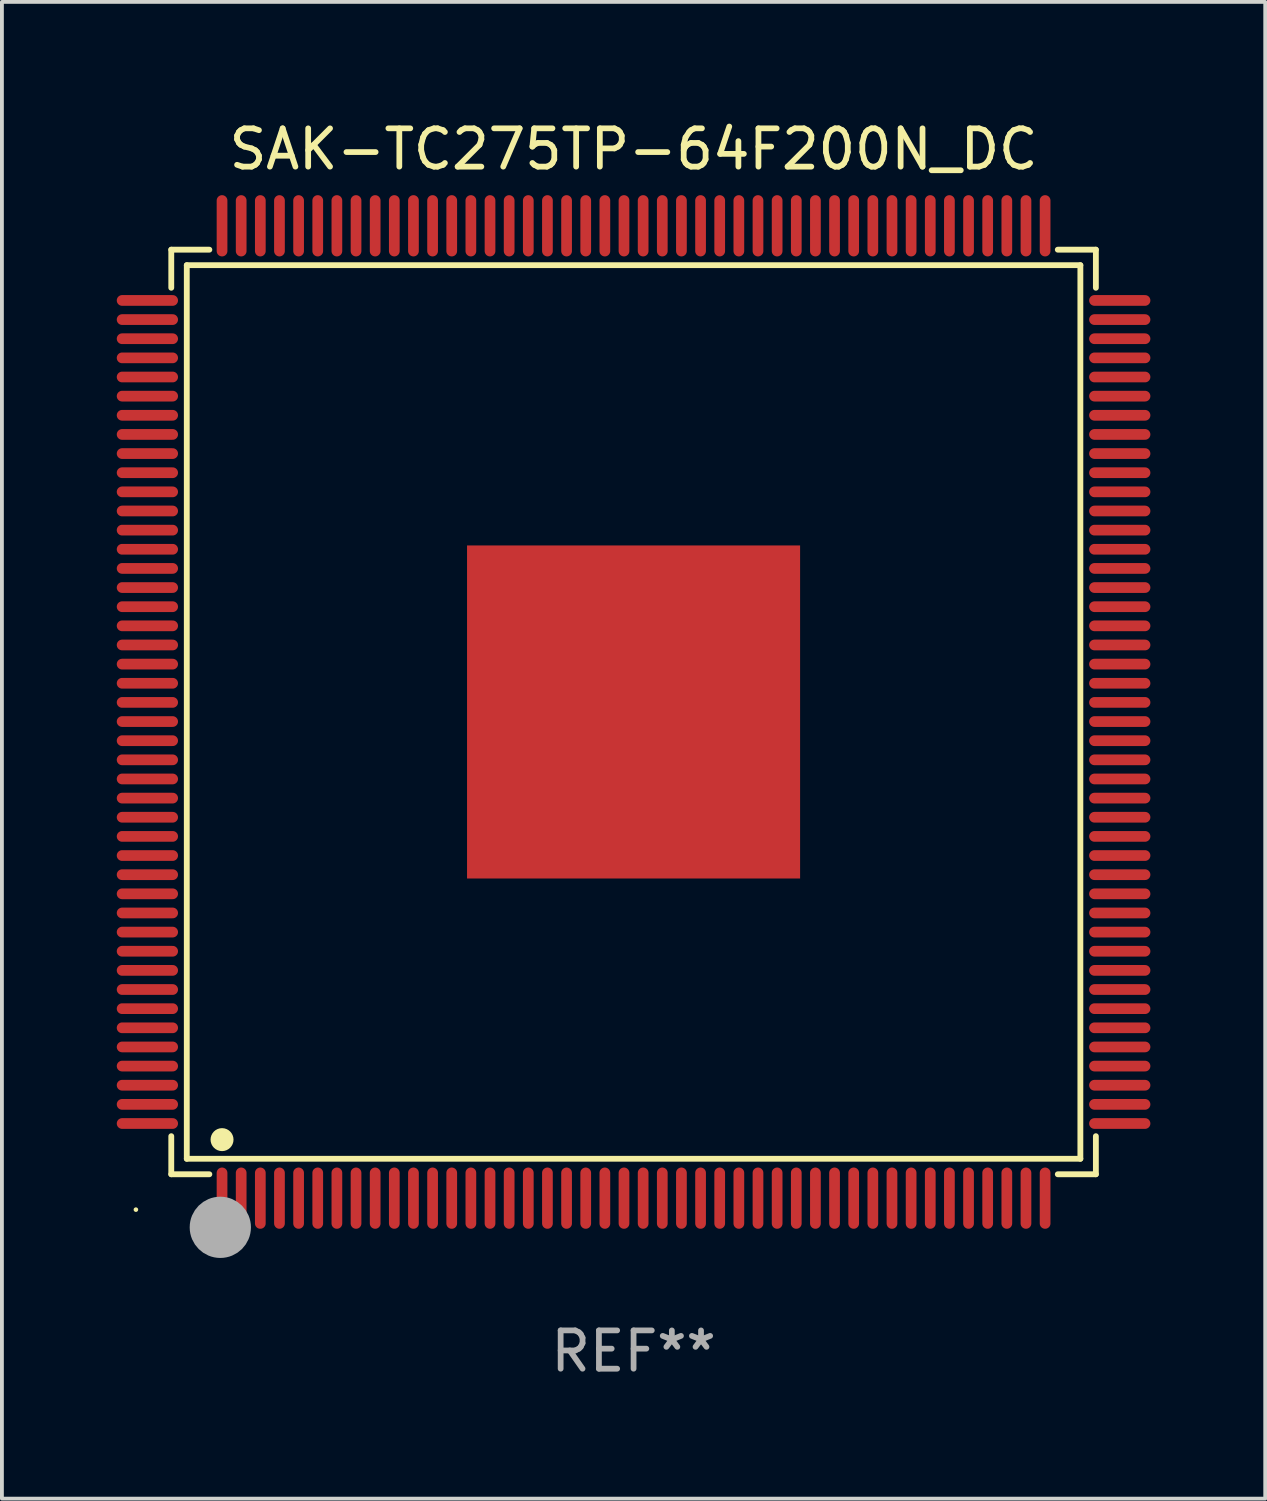
<source format=kicad_pcb>
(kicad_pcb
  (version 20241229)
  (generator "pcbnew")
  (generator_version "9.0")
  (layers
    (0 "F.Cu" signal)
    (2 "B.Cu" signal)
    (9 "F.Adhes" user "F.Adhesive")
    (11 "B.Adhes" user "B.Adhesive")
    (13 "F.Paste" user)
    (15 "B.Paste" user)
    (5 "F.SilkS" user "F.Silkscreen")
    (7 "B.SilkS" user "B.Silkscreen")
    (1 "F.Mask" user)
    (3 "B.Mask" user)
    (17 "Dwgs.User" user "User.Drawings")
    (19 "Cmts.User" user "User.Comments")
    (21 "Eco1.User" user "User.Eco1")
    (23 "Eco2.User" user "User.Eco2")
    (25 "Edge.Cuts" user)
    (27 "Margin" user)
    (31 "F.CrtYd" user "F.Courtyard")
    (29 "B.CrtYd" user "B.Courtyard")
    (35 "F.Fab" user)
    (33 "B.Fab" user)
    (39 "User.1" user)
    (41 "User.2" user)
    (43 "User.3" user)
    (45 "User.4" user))
  (footprint "SAK-TC275TP-64F200N_DC"
    (layer "F.Cu")
    (at 13.5 15.548)
    (property "Reference" "SAK-TC275TP-64F200N_DC" (at 0 -14.7 0) (layer "F.SilkS") (effects (font (size 1 1) (thickness 0.15))))
    (attr through_hole)
    (fp_line (start -12.076 -12.076) (end -11.081 -12.076) (stroke (width 0.152) (type solid)) (layer "F.SilkS"))
    (fp_line (start -12.076 -11.081) (end -12.076 -12.076) (stroke (width 0.152) (type solid)) (layer "F.SilkS"))
    (fp_line (start -12.076 11.081) (end -12.076 12.076) (stroke (width 0.152) (type solid)) (layer "F.SilkS"))
    (fp_line (start -12.076 12.076) (end -11.081 12.076) (stroke (width 0.152) (type solid)) (layer "F.SilkS"))
    (fp_line (start -11.671 -11.671) (end 11.671 -11.671) (stroke (width 0.152) (type solid)) (layer "F.SilkS"))
    (fp_line (start -11.671 11.671) (end -11.671 -11.671) (stroke (width 0.152) (type solid)) (layer "F.SilkS"))
    (fp_line (start 11.671 -11.671) (end 11.671 11.671) (stroke (width 0.152) (type solid)) (layer "F.SilkS"))
    (fp_line (start 11.671 11.671) (end -11.671 11.671) (stroke (width 0.152) (type solid)) (layer "F.SilkS"))
    (fp_line (start 12.076 -12.076) (end 11.081 -12.076) (stroke (width 0.152) (type solid)) (layer "F.SilkS"))
    (fp_line (start 12.076 -11.081) (end 12.076 -12.076) (stroke (width 0.152) (type solid)) (layer "F.SilkS"))
    (fp_line (start 12.076 11.081) (end 12.076 12.076) (stroke (width 0.152) (type solid)) (layer "F.SilkS"))
    (fp_line (start 12.076 12.076) (end 11.081 12.076) (stroke (width 0.152) (type solid)) (layer "F.SilkS"))
    (fp_circle (center -13 13) (end -12.97 13) (stroke (width 0.06) (type solid)) (fill no) (layer "F.SilkS"))
    (fp_circle (center -10.75 11.171) (end -10.6 11.171) (stroke (width 0.3) (type solid)) (fill no) (layer "F.SilkS"))
    (fp_circle (center -10.75 13.8) (end -10.65 13.8) (stroke (width 0.2) (type solid)) (fill no) (layer "F.SilkS"))
    (fp_circle (center -10.795 13.462) (end -10.395 13.462) (stroke (width 0.8) (type solid)) (fill no) (layer "F.Fab"))
    (fp_text user "REF**" (at 0 16.7 0) (layer "F.Fab") (effects (font (size 1 1) (thickness 0.15))))
    (pad "1" smd oval (at -10.75 12.7) (size 0.28 1.6) (layers "F.Cu" "F.Mask" "F.Paste"))
    (pad "2" smd oval (at -10.25 12.7) (size 0.28 1.6) (layers "F.Cu" "F.Mask" "F.Paste"))
    (pad "3" smd oval (at -9.75 12.7) (size 0.28 1.6) (layers "F.Cu" "F.Mask" "F.Paste"))
    (pad "4" smd oval (at -9.25 12.7) (size 0.28 1.6) (layers "F.Cu" "F.Mask" "F.Paste"))
    (pad "5" smd oval (at -8.75 12.7) (size 0.28 1.6) (layers "F.Cu" "F.Mask" "F.Paste"))
    (pad "6" smd oval (at -8.25 12.7) (size 0.28 1.6) (layers "F.Cu" "F.Mask" "F.Paste"))
    (pad "7" smd oval (at -7.75 12.7) (size 0.28 1.6) (layers "F.Cu" "F.Mask" "F.Paste"))
    (pad "8" smd oval (at -7.25 12.7) (size 0.28 1.6) (layers "F.Cu" "F.Mask" "F.Paste"))
    (pad "9" smd oval (at -6.75 12.7) (size 0.28 1.6) (layers "F.Cu" "F.Mask" "F.Paste"))
    (pad "10" smd oval (at -6.25 12.7) (size 0.28 1.6) (layers "F.Cu" "F.Mask" "F.Paste"))
    (pad "11" smd oval (at -5.75 12.7) (size 0.28 1.6) (layers "F.Cu" "F.Mask" "F.Paste"))
    (pad "12" smd oval (at -5.25 12.7) (size 0.28 1.6) (layers "F.Cu" "F.Mask" "F.Paste"))
    (pad "13" smd oval (at -4.75 12.7) (size 0.28 1.6) (layers "F.Cu" "F.Mask" "F.Paste"))
    (pad "14" smd oval (at -4.25 12.7) (size 0.28 1.6) (layers "F.Cu" "F.Mask" "F.Paste"))
    (pad "15" smd oval (at -3.75 12.7) (size 0.28 1.6) (layers "F.Cu" "F.Mask" "F.Paste"))
    (pad "16" smd oval (at -3.25 12.7) (size 0.28 1.6) (layers "F.Cu" "F.Mask" "F.Paste"))
    (pad "17" smd oval (at -2.75 12.7) (size 0.28 1.6) (layers "F.Cu" "F.Mask" "F.Paste"))
    (pad "18" smd oval (at -2.25 12.7) (size 0.28 1.6) (layers "F.Cu" "F.Mask" "F.Paste"))
    (pad "19" smd oval (at -1.75 12.7) (size 0.28 1.6) (layers "F.Cu" "F.Mask" "F.Paste"))
    (pad "20" smd oval (at -1.25 12.7) (size 0.28 1.6) (layers "F.Cu" "F.Mask" "F.Paste"))
    (pad "21" smd oval (at -0.75 12.7) (size 0.28 1.6) (layers "F.Cu" "F.Mask" "F.Paste"))
    (pad "22" smd oval (at -0.25 12.7) (size 0.28 1.6) (layers "F.Cu" "F.Mask" "F.Paste"))
    (pad "23" smd oval (at 0.25 12.7) (size 0.28 1.6) (layers "F.Cu" "F.Mask" "F.Paste"))
    (pad "24" smd oval (at 0.75 12.7) (size 0.28 1.6) (layers "F.Cu" "F.Mask" "F.Paste"))
    (pad "25" smd oval (at 1.25 12.7) (size 0.28 1.6) (layers "F.Cu" "F.Mask" "F.Paste"))
    (pad "26" smd oval (at 1.75 12.7) (size 0.28 1.6) (layers "F.Cu" "F.Mask" "F.Paste"))
    (pad "27" smd oval (at 2.25 12.7) (size 0.28 1.6) (layers "F.Cu" "F.Mask" "F.Paste"))
    (pad "28" smd oval (at 2.75 12.7) (size 0.28 1.6) (layers "F.Cu" "F.Mask" "F.Paste"))
    (pad "29" smd oval (at 3.25 12.7) (size 0.28 1.6) (layers "F.Cu" "F.Mask" "F.Paste"))
    (pad "30" smd oval (at 3.75 12.7) (size 0.28 1.6) (layers "F.Cu" "F.Mask" "F.Paste"))
    (pad "31" smd oval (at 4.25 12.7) (size 0.28 1.6) (layers "F.Cu" "F.Mask" "F.Paste"))
    (pad "32" smd oval (at 4.75 12.7) (size 0.28 1.6) (layers "F.Cu" "F.Mask" "F.Paste"))
    (pad "33" smd oval (at 5.25 12.7) (size 0.28 1.6) (layers "F.Cu" "F.Mask" "F.Paste"))
    (pad "34" smd oval (at 5.75 12.7) (size 0.28 1.6) (layers "F.Cu" "F.Mask" "F.Paste"))
    (pad "35" smd oval (at 6.25 12.7) (size 0.28 1.6) (layers "F.Cu" "F.Mask" "F.Paste"))
    (pad "36" smd oval (at 6.75 12.7) (size 0.28 1.6) (layers "F.Cu" "F.Mask" "F.Paste"))
    (pad "37" smd oval (at 7.25 12.7) (size 0.28 1.6) (layers "F.Cu" "F.Mask" "F.Paste"))
    (pad "38" smd oval (at 7.75 12.7) (size 0.28 1.6) (layers "F.Cu" "F.Mask" "F.Paste"))
    (pad "39" smd oval (at 8.25 12.7) (size 0.28 1.6) (layers "F.Cu" "F.Mask" "F.Paste"))
    (pad "40" smd oval (at 8.75 12.7) (size 0.28 1.6) (layers "F.Cu" "F.Mask" "F.Paste"))
    (pad "41" smd oval (at 9.25 12.7) (size 0.28 1.6) (layers "F.Cu" "F.Mask" "F.Paste"))
    (pad "42" smd oval (at 9.75 12.7) (size 0.28 1.6) (layers "F.Cu" "F.Mask" "F.Paste"))
    (pad "43" smd oval (at 10.25 12.7) (size 0.28 1.6) (layers "F.Cu" "F.Mask" "F.Paste"))
    (pad "44" smd oval (at 10.75 12.7) (size 0.28 1.6) (layers "F.Cu" "F.Mask" "F.Paste"))
    (pad "45" smd oval (at 12.7 10.75) (size 1.6 0.28) (layers "F.Cu" "F.Mask" "F.Paste"))
    (pad "46" smd oval (at 12.7 10.25) (size 1.6 0.28) (layers "F.Cu" "F.Mask" "F.Paste"))
    (pad "47" smd oval (at 12.7 9.75) (size 1.6 0.28) (layers "F.Cu" "F.Mask" "F.Paste"))
    (pad "48" smd oval (at 12.7 9.25) (size 1.6 0.28) (layers "F.Cu" "F.Mask" "F.Paste"))
    (pad "49" smd oval (at 12.7 8.75) (size 1.6 0.28) (layers "F.Cu" "F.Mask" "F.Paste"))
    (pad "50" smd oval (at 12.7 8.25) (size 1.6 0.28) (layers "F.Cu" "F.Mask" "F.Paste"))
    (pad "51" smd oval (at 12.7 7.75) (size 1.6 0.28) (layers "F.Cu" "F.Mask" "F.Paste"))
    (pad "52" smd oval (at 12.7 7.25) (size 1.6 0.28) (layers "F.Cu" "F.Mask" "F.Paste"))
    (pad "53" smd oval (at 12.7 6.75) (size 1.6 0.28) (layers "F.Cu" "F.Mask" "F.Paste"))
    (pad "54" smd oval (at 12.7 6.25) (size 1.6 0.28) (layers "F.Cu" "F.Mask" "F.Paste"))
    (pad "55" smd oval (at 12.7 5.75) (size 1.6 0.28) (layers "F.Cu" "F.Mask" "F.Paste"))
    (pad "56" smd oval (at 12.7 5.25) (size 1.6 0.28) (layers "F.Cu" "F.Mask" "F.Paste"))
    (pad "57" smd oval (at 12.7 4.75) (size 1.6 0.28) (layers "F.Cu" "F.Mask" "F.Paste"))
    (pad "58" smd oval (at 12.7 4.25) (size 1.6 0.28) (layers "F.Cu" "F.Mask" "F.Paste"))
    (pad "59" smd oval (at 12.7 3.75) (size 1.6 0.28) (layers "F.Cu" "F.Mask" "F.Paste"))
    (pad "60" smd oval (at 12.7 3.25) (size 1.6 0.28) (layers "F.Cu" "F.Mask" "F.Paste"))
    (pad "61" smd oval (at 12.7 2.75) (size 1.6 0.28) (layers "F.Cu" "F.Mask" "F.Paste"))
    (pad "62" smd oval (at 12.7 2.25) (size 1.6 0.28) (layers "F.Cu" "F.Mask" "F.Paste"))
    (pad "63" smd oval (at 12.7 1.75) (size 1.6 0.28) (layers "F.Cu" "F.Mask" "F.Paste"))
    (pad "64" smd oval (at 12.7 1.25) (size 1.6 0.28) (layers "F.Cu" "F.Mask" "F.Paste"))
    (pad "65" smd oval (at 12.7 0.75) (size 1.6 0.28) (layers "F.Cu" "F.Mask" "F.Paste"))
    (pad "66" smd oval (at 12.7 0.25) (size 1.6 0.28) (layers "F.Cu" "F.Mask" "F.Paste"))
    (pad "67" smd oval (at 12.7 -0.25) (size 1.6 0.28) (layers "F.Cu" "F.Mask" "F.Paste"))
    (pad "68" smd oval (at 12.7 -0.75) (size 1.6 0.28) (layers "F.Cu" "F.Mask" "F.Paste"))
    (pad "69" smd oval (at 12.7 -1.25) (size 1.6 0.28) (layers "F.Cu" "F.Mask" "F.Paste"))
    (pad "70" smd oval (at 12.7 -1.75) (size 1.6 0.28) (layers "F.Cu" "F.Mask" "F.Paste"))
    (pad "71" smd oval (at 12.7 -2.25) (size 1.6 0.28) (layers "F.Cu" "F.Mask" "F.Paste"))
    (pad "72" smd oval (at 12.7 -2.75) (size 1.6 0.28) (layers "F.Cu" "F.Mask" "F.Paste"))
    (pad "73" smd oval (at 12.7 -3.25) (size 1.6 0.28) (layers "F.Cu" "F.Mask" "F.Paste"))
    (pad "74" smd oval (at 12.7 -3.75) (size 1.6 0.28) (layers "F.Cu" "F.Mask" "F.Paste"))
    (pad "75" smd oval (at 12.7 -4.25) (size 1.6 0.28) (layers "F.Cu" "F.Mask" "F.Paste"))
    (pad "76" smd oval (at 12.7 -4.75) (size 1.6 0.28) (layers "F.Cu" "F.Mask" "F.Paste"))
    (pad "77" smd oval (at 12.7 -5.25) (size 1.6 0.28) (layers "F.Cu" "F.Mask" "F.Paste"))
    (pad "78" smd oval (at 12.7 -5.75) (size 1.6 0.28) (layers "F.Cu" "F.Mask" "F.Paste"))
    (pad "79" smd oval (at 12.7 -6.25) (size 1.6 0.28) (layers "F.Cu" "F.Mask" "F.Paste"))
    (pad "80" smd oval (at 12.7 -6.75) (size 1.6 0.28) (layers "F.Cu" "F.Mask" "F.Paste"))
    (pad "81" smd oval (at 12.7 -7.25) (size 1.6 0.28) (layers "F.Cu" "F.Mask" "F.Paste"))
    (pad "82" smd oval (at 12.7 -7.75) (size 1.6 0.28) (layers "F.Cu" "F.Mask" "F.Paste"))
    (pad "83" smd oval (at 12.7 -8.25) (size 1.6 0.28) (layers "F.Cu" "F.Mask" "F.Paste"))
    (pad "84" smd oval (at 12.7 -8.75) (size 1.6 0.28) (layers "F.Cu" "F.Mask" "F.Paste"))
    (pad "85" smd oval (at 12.7 -9.25) (size 1.6 0.28) (layers "F.Cu" "F.Mask" "F.Paste"))
    (pad "86" smd oval (at 12.7 -9.75) (size 1.6 0.28) (layers "F.Cu" "F.Mask" "F.Paste"))
    (pad "87" smd oval (at 12.7 -10.25) (size 1.6 0.28) (layers "F.Cu" "F.Mask" "F.Paste"))
    (pad "88" smd oval (at 12.7 -10.75) (size 1.6 0.28) (layers "F.Cu" "F.Mask" "F.Paste"))
    (pad "89" smd oval (at 10.75 -12.7) (size 0.28 1.6) (layers "F.Cu" "F.Mask" "F.Paste"))
    (pad "90" smd oval (at 10.25 -12.7) (size 0.28 1.6) (layers "F.Cu" "F.Mask" "F.Paste"))
    (pad "91" smd oval (at 9.75 -12.7) (size 0.28 1.6) (layers "F.Cu" "F.Mask" "F.Paste"))
    (pad "92" smd oval (at 9.25 -12.7) (size 0.28 1.6) (layers "F.Cu" "F.Mask" "F.Paste"))
    (pad "93" smd oval (at 8.75 -12.7) (size 0.28 1.6) (layers "F.Cu" "F.Mask" "F.Paste"))
    (pad "94" smd oval (at 8.25 -12.7) (size 0.28 1.6) (layers "F.Cu" "F.Mask" "F.Paste"))
    (pad "95" smd oval (at 7.75 -12.7) (size 0.28 1.6) (layers "F.Cu" "F.Mask" "F.Paste"))
    (pad "96" smd oval (at 7.25 -12.7) (size 0.28 1.6) (layers "F.Cu" "F.Mask" "F.Paste"))
    (pad "97" smd oval (at 6.75 -12.7) (size 0.28 1.6) (layers "F.Cu" "F.Mask" "F.Paste"))
    (pad "98" smd oval (at 6.25 -12.7) (size 0.28 1.6) (layers "F.Cu" "F.Mask" "F.Paste"))
    (pad "99" smd oval (at 5.75 -12.7) (size 0.28 1.6) (layers "F.Cu" "F.Mask" "F.Paste"))
    (pad "100" smd oval (at 5.25 -12.7) (size 0.28 1.6) (layers "F.Cu" "F.Mask" "F.Paste"))
    (pad "101" smd oval (at 4.75 -12.7) (size 0.28 1.6) (layers "F.Cu" "F.Mask" "F.Paste"))
    (pad "102" smd oval (at 4.25 -12.7) (size 0.28 1.6) (layers "F.Cu" "F.Mask" "F.Paste"))
    (pad "103" smd oval (at 3.75 -12.7) (size 0.28 1.6) (layers "F.Cu" "F.Mask" "F.Paste"))
    (pad "104" smd oval (at 3.25 -12.7) (size 0.28 1.6) (layers "F.Cu" "F.Mask" "F.Paste"))
    (pad "105" smd oval (at 2.75 -12.7) (size 0.28 1.6) (layers "F.Cu" "F.Mask" "F.Paste"))
    (pad "106" smd oval (at 2.25 -12.7) (size 0.28 1.6) (layers "F.Cu" "F.Mask" "F.Paste"))
    (pad "107" smd oval (at 1.75 -12.7) (size 0.28 1.6) (layers "F.Cu" "F.Mask" "F.Paste"))
    (pad "108" smd oval (at 1.25 -12.7) (size 0.28 1.6) (layers "F.Cu" "F.Mask" "F.Paste"))
    (pad "109" smd oval (at 0.75 -12.7) (size 0.28 1.6) (layers "F.Cu" "F.Mask" "F.Paste"))
    (pad "110" smd oval (at 0.25 -12.7) (size 0.28 1.6) (layers "F.Cu" "F.Mask" "F.Paste"))
    (pad "111" smd oval (at -0.25 -12.7) (size 0.28 1.6) (layers "F.Cu" "F.Mask" "F.Paste"))
    (pad "112" smd oval (at -0.75 -12.7) (size 0.28 1.6) (layers "F.Cu" "F.Mask" "F.Paste"))
    (pad "113" smd oval (at -1.25 -12.7) (size 0.28 1.6) (layers "F.Cu" "F.Mask" "F.Paste"))
    (pad "114" smd oval (at -1.75 -12.7) (size 0.28 1.6) (layers "F.Cu" "F.Mask" "F.Paste"))
    (pad "115" smd oval (at -2.25 -12.7) (size 0.28 1.6) (layers "F.Cu" "F.Mask" "F.Paste"))
    (pad "116" smd oval (at -2.75 -12.7) (size 0.28 1.6) (layers "F.Cu" "F.Mask" "F.Paste"))
    (pad "117" smd oval (at -3.25 -12.7) (size 0.28 1.6) (layers "F.Cu" "F.Mask" "F.Paste"))
    (pad "118" smd oval (at -3.75 -12.7) (size 0.28 1.6) (layers "F.Cu" "F.Mask" "F.Paste"))
    (pad "119" smd oval (at -4.25 -12.7) (size 0.28 1.6) (layers "F.Cu" "F.Mask" "F.Paste"))
    (pad "120" smd oval (at -4.75 -12.7) (size 0.28 1.6) (layers "F.Cu" "F.Mask" "F.Paste"))
    (pad "121" smd oval (at -5.25 -12.7) (size 0.28 1.6) (layers "F.Cu" "F.Mask" "F.Paste"))
    (pad "122" smd oval (at -5.75 -12.7) (size 0.28 1.6) (layers "F.Cu" "F.Mask" "F.Paste"))
    (pad "123" smd oval (at -6.25 -12.7) (size 0.28 1.6) (layers "F.Cu" "F.Mask" "F.Paste"))
    (pad "124" smd oval (at -6.75 -12.7) (size 0.28 1.6) (layers "F.Cu" "F.Mask" "F.Paste"))
    (pad "125" smd oval (at -7.25 -12.7) (size 0.28 1.6) (layers "F.Cu" "F.Mask" "F.Paste"))
    (pad "126" smd oval (at -7.75 -12.7) (size 0.28 1.6) (layers "F.Cu" "F.Mask" "F.Paste"))
    (pad "127" smd oval (at -8.25 -12.7) (size 0.28 1.6) (layers "F.Cu" "F.Mask" "F.Paste"))
    (pad "128" smd oval (at -8.75 -12.7) (size 0.28 1.6) (layers "F.Cu" "F.Mask" "F.Paste"))
    (pad "129" smd oval (at -9.25 -12.7) (size 0.28 1.6) (layers "F.Cu" "F.Mask" "F.Paste"))
    (pad "130" smd oval (at -9.75 -12.7) (size 0.28 1.6) (layers "F.Cu" "F.Mask" "F.Paste"))
    (pad "131" smd oval (at -10.25 -12.7) (size 0.28 1.6) (layers "F.Cu" "F.Mask" "F.Paste"))
    (pad "132" smd oval (at -10.75 -12.7) (size 0.28 1.6) (layers "F.Cu" "F.Mask" "F.Paste"))
    (pad "133" smd oval (at -12.7 -10.75) (size 1.6 0.28) (layers "F.Cu" "F.Mask" "F.Paste"))
    (pad "134" smd oval (at -12.7 -10.25) (size 1.6 0.28) (layers "F.Cu" "F.Mask" "F.Paste"))
    (pad "135" smd oval (at -12.7 -9.75) (size 1.6 0.28) (layers "F.Cu" "F.Mask" "F.Paste"))
    (pad "136" smd oval (at -12.7 -9.25) (size 1.6 0.28) (layers "F.Cu" "F.Mask" "F.Paste"))
    (pad "137" smd oval (at -12.7 -8.75) (size 1.6 0.28) (layers "F.Cu" "F.Mask" "F.Paste"))
    (pad "138" smd oval (at -12.7 -8.25) (size 1.6 0.28) (layers "F.Cu" "F.Mask" "F.Paste"))
    (pad "139" smd oval (at -12.7 -7.75) (size 1.6 0.28) (layers "F.Cu" "F.Mask" "F.Paste"))
    (pad "140" smd oval (at -12.7 -7.25) (size 1.6 0.28) (layers "F.Cu" "F.Mask" "F.Paste"))
    (pad "141" smd oval (at -12.7 -6.75) (size 1.6 0.28) (layers "F.Cu" "F.Mask" "F.Paste"))
    (pad "142" smd oval (at -12.7 -6.25) (size 1.6 0.28) (layers "F.Cu" "F.Mask" "F.Paste"))
    (pad "143" smd oval (at -12.7 -5.75) (size 1.6 0.28) (layers "F.Cu" "F.Mask" "F.Paste"))
    (pad "144" smd oval (at -12.7 -5.25) (size 1.6 0.28) (layers "F.Cu" "F.Mask" "F.Paste"))
    (pad "145" smd oval (at -12.7 -4.75) (size 1.6 0.28) (layers "F.Cu" "F.Mask" "F.Paste"))
    (pad "146" smd oval (at -12.7 -4.25) (size 1.6 0.28) (layers "F.Cu" "F.Mask" "F.Paste"))
    (pad "147" smd oval (at -12.7 -3.75) (size 1.6 0.28) (layers "F.Cu" "F.Mask" "F.Paste"))
    (pad "148" smd oval (at -12.7 -3.25) (size 1.6 0.28) (layers "F.Cu" "F.Mask" "F.Paste"))
    (pad "149" smd oval (at -12.7 -2.75) (size 1.6 0.28) (layers "F.Cu" "F.Mask" "F.Paste"))
    (pad "150" smd oval (at -12.7 -2.25) (size 1.6 0.28) (layers "F.Cu" "F.Mask" "F.Paste"))
    (pad "151" smd oval (at -12.7 -1.75) (size 1.6 0.28) (layers "F.Cu" "F.Mask" "F.Paste"))
    (pad "152" smd oval (at -12.7 -1.25) (size 1.6 0.28) (layers "F.Cu" "F.Mask" "F.Paste"))
    (pad "153" smd oval (at -12.7 -0.75) (size 1.6 0.28) (layers "F.Cu" "F.Mask" "F.Paste"))
    (pad "154" smd oval (at -12.7 -0.25) (size 1.6 0.28) (layers "F.Cu" "F.Mask" "F.Paste"))
    (pad "155" smd oval (at -12.7 0.25) (size 1.6 0.28) (layers "F.Cu" "F.Mask" "F.Paste"))
    (pad "156" smd oval (at -12.7 0.75) (size 1.6 0.28) (layers "F.Cu" "F.Mask" "F.Paste"))
    (pad "157" smd oval (at -12.7 1.25) (size 1.6 0.28) (layers "F.Cu" "F.Mask" "F.Paste"))
    (pad "158" smd oval (at -12.7 1.75) (size 1.6 0.28) (layers "F.Cu" "F.Mask" "F.Paste"))
    (pad "159" smd oval (at -12.7 2.25) (size 1.6 0.28) (layers "F.Cu" "F.Mask" "F.Paste"))
    (pad "160" smd oval (at -12.7 2.75) (size 1.6 0.28) (layers "F.Cu" "F.Mask" "F.Paste"))
    (pad "161" smd oval (at -12.7 3.25) (size 1.6 0.28) (layers "F.Cu" "F.Mask" "F.Paste"))
    (pad "162" smd oval (at -12.7 3.75) (size 1.6 0.28) (layers "F.Cu" "F.Mask" "F.Paste"))
    (pad "163" smd oval (at -12.7 4.25) (size 1.6 0.28) (layers "F.Cu" "F.Mask" "F.Paste"))
    (pad "164" smd oval (at -12.7 4.75) (size 1.6 0.28) (layers "F.Cu" "F.Mask" "F.Paste"))
    (pad "165" smd oval (at -12.7 5.25) (size 1.6 0.28) (layers "F.Cu" "F.Mask" "F.Paste"))
    (pad "166" smd oval (at -12.7 5.75) (size 1.6 0.28) (layers "F.Cu" "F.Mask" "F.Paste"))
    (pad "167" smd oval (at -12.7 6.25) (size 1.6 0.28) (layers "F.Cu" "F.Mask" "F.Paste"))
    (pad "168" smd oval (at -12.7 6.75) (size 1.6 0.28) (layers "F.Cu" "F.Mask" "F.Paste"))
    (pad "169" smd oval (at -12.7 7.25) (size 1.6 0.28) (layers "F.Cu" "F.Mask" "F.Paste"))
    (pad "170" smd oval (at -12.7 7.75) (size 1.6 0.28) (layers "F.Cu" "F.Mask" "F.Paste"))
    (pad "171" smd oval (at -12.7 8.25) (size 1.6 0.28) (layers "F.Cu" "F.Mask" "F.Paste"))
    (pad "172" smd oval (at -12.7 8.75) (size 1.6 0.28) (layers "F.Cu" "F.Mask" "F.Paste"))
    (pad "173" smd oval (at -12.7 9.25) (size 1.6 0.28) (layers "F.Cu" "F.Mask" "F.Paste"))
    (pad "174" smd oval (at -12.7 9.75) (size 1.6 0.28) (layers "F.Cu" "F.Mask" "F.Paste"))
    (pad "175" smd oval (at -12.7 10.25) (size 1.6 0.28) (layers "F.Cu" "F.Mask" "F.Paste"))
    (pad "176" smd oval (at -12.7 10.75) (size 1.6 0.28) (layers "F.Cu" "F.Mask" "F.Paste"))
    (pad "177" smd rect (at 0 0) (size 8.7 8.7) (layers "F.Cu" "F.Mask" "F.Paste")))
  (gr_rect
    (start -3 -3)
    (end 30 36.097)
    (stroke (width 0.1) (type default))
    (fill no)
    (layer "Edge.Cuts")))
</source>
